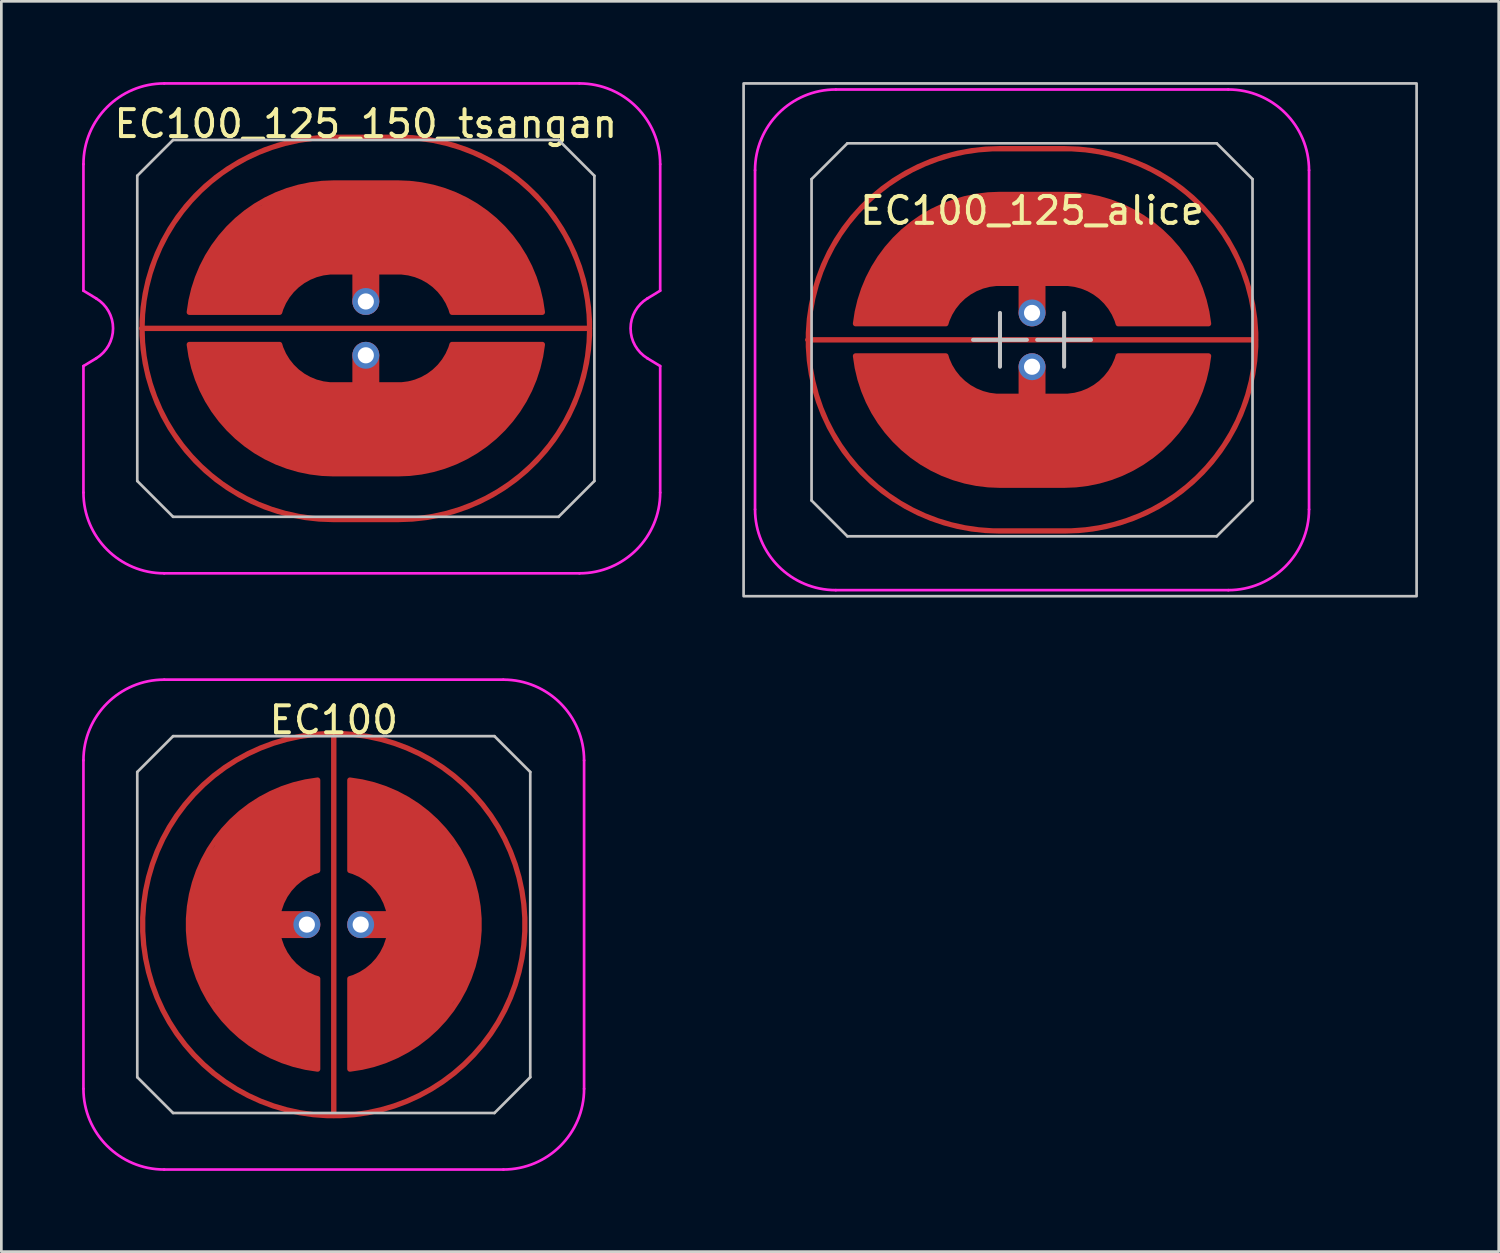
<source format=kicad_pcb>
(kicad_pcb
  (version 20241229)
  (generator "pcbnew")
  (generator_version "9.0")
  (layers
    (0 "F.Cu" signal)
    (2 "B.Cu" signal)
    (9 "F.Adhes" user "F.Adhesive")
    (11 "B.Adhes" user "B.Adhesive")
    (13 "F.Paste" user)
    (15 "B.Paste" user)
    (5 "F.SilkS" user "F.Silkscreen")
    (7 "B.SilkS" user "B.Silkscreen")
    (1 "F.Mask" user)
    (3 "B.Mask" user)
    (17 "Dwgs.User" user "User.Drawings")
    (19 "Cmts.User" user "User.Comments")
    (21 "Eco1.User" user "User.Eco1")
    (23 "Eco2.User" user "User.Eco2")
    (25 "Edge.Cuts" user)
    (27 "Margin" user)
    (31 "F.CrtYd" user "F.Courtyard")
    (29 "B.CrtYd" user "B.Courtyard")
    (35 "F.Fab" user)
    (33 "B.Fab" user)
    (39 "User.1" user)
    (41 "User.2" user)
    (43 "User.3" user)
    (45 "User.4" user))
  (footprint "EC100_125_150_tsangan"
    (layer "F.Cu")
    (at 10.541 9.15)
    (property "Reference" "EC100_125_150_tsangan" (at 0 -7.6 0) (layer "F.SilkS") (effects (font (size 1 1) (thickness 0.15))))
    (attr through_hole)
    (fp_line (start -8.491 -5.67) (end -7.161 -7) (stroke (width 0.1) (type solid)) (layer "Dwgs.User"))
    (fp_line (start -8.491 5.67) (end -8.491 -5.67) (stroke (width 0.1) (type solid)) (layer "Dwgs.User"))
    (fp_line (start -8.491 5.67) (end -7.161 7) (stroke (width 0.1) (type solid)) (layer "Dwgs.User"))
    (fp_line (start -7.161 -7) (end 7.161 -7) (stroke (width 0.1) (type solid)) (layer "Dwgs.User"))
    (fp_line (start 7.161 -7) (end 8.491 -5.67) (stroke (width 0.1) (type solid)) (layer "Dwgs.User"))
    (fp_line (start 7.161 7) (end -7.161 7) (stroke (width 0.1) (type solid)) (layer "Dwgs.User"))
    (fp_line (start 8.491 -5.67) (end 8.491 5.67) (stroke (width 0.1) (type solid)) (layer "Dwgs.User"))
    (fp_line (start 8.491 5.67) (end 7.161 7) (stroke (width 0.1) (type solid)) (layer "Dwgs.User"))
    (fp_line (start -10.491 -1.4) (end -10.491 -6.1) (stroke (width 0.1) (type solid)) (layer "F.CrtYd"))
    (fp_line (start -10.491 6.1) (end -10.491 1.4) (stroke (width 0.1) (type solid)) (layer "F.CrtYd"))
    (fp_line (start -10.015 -1.111) (end -10.491 -1.4) (stroke (width 0.1) (type solid)) (layer "F.CrtYd"))
    (fp_line (start -10.015 1.111) (end -10.491 1.4) (stroke (width 0.1) (type solid)) (layer "F.CrtYd"))
    (fp_line (start -7.491 -9.1) (end 7.936 -9.1) (stroke (width 0.1) (type solid)) (layer "F.CrtYd"))
    (fp_line (start 7.936 9.1) (end -7.491 9.1) (stroke (width 0.1) (type solid)) (layer "F.CrtYd"))
    (fp_line (start 10.46 -1.111) (end 10.936 -1.4) (stroke (width 0.1) (type solid)) (layer "F.CrtYd"))
    (fp_line (start 10.46 1.111) (end 10.936 1.4) (stroke (width 0.1) (type solid)) (layer "F.CrtYd"))
    (fp_line (start 10.936 -6.1) (end 10.936 -1.4) (stroke (width 0.1) (type solid)) (layer "F.CrtYd"))
    (fp_line (start 10.936 1.4) (end 10.936 6.1) (stroke (width 0.1) (type solid)) (layer "F.CrtYd"))
    (fp_arc (start -10.490625 -6.1) (mid -9.611945 -8.22132) (end -7.490625 -9.1) (stroke (width 0.1) (type solid)) (layer "F.CrtYd"))
    (fp_arc (start -10.014958 -1.110619) (mid -9.390625 0) (end -10.014958 1.110619) (stroke (width 0.1) (type solid)) (layer "F.CrtYd"))
    (fp_arc (start -7.490625 9.1) (mid -9.611945 8.22132) (end -10.490625 6.1) (stroke (width 0.1) (type solid)) (layer "F.CrtYd"))
    (fp_arc (start 7.935862 -9.1) (mid 10.057182 -8.22132) (end 10.935862 -6.1) (stroke (width 0.1) (type solid)) (layer "F.CrtYd"))
    (fp_arc (start 10.460195 1.110619) (mid 9.835862 0) (end 10.460195 -1.110619) (stroke (width 0.1) (type solid)) (layer "F.CrtYd"))
    (fp_arc (start 10.935862 6.1) (mid 10.057182 8.22132) (end 7.935862 9.1) (stroke (width 0.1) (type solid)) (layer "F.CrtYd"))
    (pad "" smd circle (at 0 -1) (size 0.55 0.55) (layers "F.Mask"))
    (pad "" smd circle (at 0 1) (size 0.55 0.55) (layers "F.Mask"))
    (pad "1" smd custom (at -8.334 -0.000001 90) (size 0.2 0.2) (layers "F.Cu") (options (anchor circle)) (primitives (gr_arc (start -7.1 7.121876) (mid 0 0.021876) (end 7.1 7.121876) (width 0.2)) (gr_line (start 7.1 7.122) (end 7.1 9.547) (width 0.2)) (gr_line (start -7.1 7.122) (end -7.1 9.547) (width 0.2)) (gr_arc (start 7.1 9.546876) (mid 0 16.646876) (end -7.1 9.546876) (width 0.2)) (gr_line (start -0.000001 16.647) (end 0 0.022) (width 0.2))))
    (pad "2" thru_hole circle (at 0 1) (size 1 1) (drill 0.6) (layers "*.Cu" "B.Mask"))
    (pad "2" smd custom (at 0 3.763) (size 1.524 1.524) (layers "F.Cu") (options (anchor circle)) (primitives (gr_rect (start -1.191 -1.663) (end 1.191 1.637) (width 0.2) (fill yes)) (gr_poly (pts (xy 1.191 1.637) (xy 2.191 1.538) (xy 3.191 1.238) (xy 4.791 0.237) (xy 5.691 -0.762) (xy 6.191 -1.762) (xy 6.491 -2.763) (xy 6.557 -3.163) (xy 3.203 -3.163) (xy 2.991 -2.763) (xy 2.191 -1.863) (xy 1.191 -1.663)) (width 0) (fill yes)) (gr_poly (pts (xy -1.191 1.637) (xy -2.191 1.538) (xy -3.191 1.238) (xy -4.791 0.237) (xy -5.691 -0.762) (xy -6.191 -1.762) (xy -6.491 -2.763) (xy -6.557 -3.163) (xy -3.203 -3.163) (xy -2.991 -2.763) (xy -2.191 -1.863) (xy -1.191 -1.663)) (width 0) (fill yes)) (gr_arc (start 6.556754 -3.158638) (mid 4.789176 0.263717) (end 1.190625 1.637499) (width 0.2)) (gr_arc (start 3.202067 -3.159097) (mid 2.444189 -2.077696) (end 1.190625 -1.662501) (width 0.2)) (gr_arc (start -1.190625 1.637499) (mid -4.789176 0.263717) (end -6.556754 -3.158638) (width 0.2)) (gr_arc (start -1.190625 -1.662501) (mid -2.44419 -2.077694) (end -3.202067 -3.159097) (width 0.2)) (gr_line (start 3.203 -3.163) (end 6.557 -3.163) (width 0.2)) (gr_line (start 0 -2.763) (end 0 -0.263) (width 1)) (gr_line (start -3.203 -3.163) (end -6.557 -3.163) (width 0.2))))
    (pad "3" smd custom (at 0 -3.763) (size 1.524 1.524) (layers "F.Cu") (options (anchor circle)) (primitives (gr_rect (start -1.191 -1.637) (end 1.191 1.663) (width 0.2) (fill yes)) (gr_poly (pts (xy 1.191 -1.637) (xy 2.191 -1.538) (xy 3.191 -1.238) (xy 4.791 -0.237) (xy 5.691 0.762) (xy 6.191 1.762) (xy 6.491 2.763) (xy 6.557 3.163) (xy 3.203 3.163) (xy 2.991 2.763) (xy 2.191 1.863) (xy 1.191 1.663)) (width 0) (fill yes)) (gr_poly (pts (xy -1.191 -1.637) (xy -2.191 -1.538) (xy -3.191 -1.238) (xy -4.791 -0.237) (xy -5.691 0.762) (xy -6.191 1.762) (xy -6.491 2.763) (xy -6.557 3.163) (xy -3.203 3.163) (xy -2.991 2.763) (xy -2.191 1.863) (xy -1.191 1.663)) (width 0) (fill yes)) (gr_arc (start 1.190625 1.662501) (mid 2.44419 2.077693) (end 3.202065 3.159098) (width 0.2)) (gr_arc (start 1.190625 -1.637499) (mid 4.789176 -0.263717) (end 6.556754 3.158638) (width 0.2)) (gr_arc (start -3.202067 3.159097) (mid -2.44419 2.077694) (end -1.190625 1.662501) (width 0.2)) (gr_arc (start -6.556754 3.158638) (mid -4.789176 -0.263717) (end -1.190625 -1.637499) (width 0.2)) (gr_line (start 3.203 3.163) (end 6.557 3.163) (width 0.2)) (gr_line (start 0 2.763) (end 0 0.263) (width 1)) (gr_line (start -3.203 3.163) (end -6.557 3.163) (width 0.2))))
    (pad "3" thru_hole circle (at 0 -1) (size 1 1) (drill 0.6) (layers "*.Cu" "B.Mask")))
  (footprint "EC100"
    (layer "F.Cu")
    (at 9.35 31.3)
    (property "Reference" "EC100" (at 0 -7.6 0) (layer "F.SilkS") (effects (font (size 1 1) (thickness 0.15))))
    (attr through_hole)
    (fp_line (start -7.3 -5.67) (end -5.97 -7) (stroke (width 0.1) (type solid)) (layer "Dwgs.User"))
    (fp_line (start -7.3 5.67) (end -7.3 -5.67) (stroke (width 0.1) (type solid)) (layer "Dwgs.User"))
    (fp_line (start -7.3 5.67) (end -5.97 7) (stroke (width 0.1) (type solid)) (layer "Dwgs.User"))
    (fp_line (start -5.97 -7) (end 5.97 -7) (stroke (width 0.1) (type solid)) (layer "Dwgs.User"))
    (fp_line (start 5.97 -7) (end 7.3 -5.67) (stroke (width 0.1) (type solid)) (layer "Dwgs.User"))
    (fp_line (start 5.97 7) (end -5.97 7) (stroke (width 0.1) (type solid)) (layer "Dwgs.User"))
    (fp_line (start 7.3 -5.67) (end 7.3 5.67) (stroke (width 0.1) (type solid)) (layer "Dwgs.User"))
    (fp_line (start 7.3 5.67) (end 5.97 7) (stroke (width 0.1) (type solid)) (layer "Dwgs.User"))
    (fp_line (start -9.3 6.1) (end -9.3 -6.1) (stroke (width 0.1) (type solid)) (layer "F.CrtYd"))
    (fp_line (start -6.3 -9.1) (end 6.3 -9.1) (stroke (width 0.1) (type solid)) (layer "F.CrtYd"))
    (fp_line (start -6.3 9.1) (end 6.3 9.1) (stroke (width 0.1) (type solid)) (layer "F.CrtYd"))
    (fp_line (start 9.3 -6.1) (end 9.3 6.1) (stroke (width 0.1) (type solid)) (layer "F.CrtYd"))
    (fp_arc (start -9.3 -6.1) (mid -8.42132 -8.22132) (end -6.3 -9.1) (stroke (width 0.1) (type solid)) (layer "F.CrtYd"))
    (fp_arc (start -6.3 9.1) (mid -8.42132 8.22132) (end -9.3 6.1) (stroke (width 0.1) (type solid)) (layer "F.CrtYd"))
    (fp_arc (start 6.3 -9.1) (mid 8.42132 -8.22132) (end 9.3 -6.1) (stroke (width 0.1) (type solid)) (layer "F.CrtYd"))
    (fp_arc (start 9.3 6.1) (mid 8.42132 8.22132) (end 6.3 9.1) (stroke (width 0.1) (type solid)) (layer "F.CrtYd"))
    (pad "" smd circle (at -1 0) (size 0.55 0.55) (layers "F.Mask"))
    (pad "" smd circle (at 1 0) (size 0.55 0.55) (layers "F.Mask"))
    (pad "1" smd custom (at 0 0 90) (size 0.2 0.2) (layers "F.Cu") (options (anchor circle)) (primitives (gr_line (start 7.1 0) (end -7.1 0) (width 0.2)) (gr_circle (center 0 0) (end 7.1 0) (width 0.2) (fill no))))
    (pad "2" smd custom (at -4.1 0) (size 0.2 0.2) (layers "F.Cu") (options (anchor circle)) (primitives (gr_poly (pts (xy 3.1 5.3) (xy 2.1 5) (xy 1.1 4.5) (xy 0.1 3.6) (xy -0.9 2) (xy -1.2 1) (xy -1.3 0) (xy -1.2 -1) (xy -0.9 -2) (xy 0.1 -3.6) (xy 1.1 -4.5) (xy 2.1 -5) (xy 3.1 -5.3) (xy 3.5 -5.367) (xy 3.5 -2.012) (xy 3.1 -1.8) (xy 2.2 -1) (xy 2 0) (xy 2.2 1) (xy 3.1 1.8) (xy 3.5 2.012) (xy 3.5 5.367)) (width 0) (fill yes)) (gr_line (start 3.1 0) (end 0.6 0) (width 1)) (gr_line (start 3.5 2.012) (end 3.5 5.367) (width 0.2)) (gr_line (start 3.5 -2.012) (end 3.5 -5.367) (width 0.2)) (gr_arc (start 3.5 5.366562) (mid -1.299999 0.001944) (end 3.496136 -5.366129) (width 0.2)) (gr_arc (start 3.5 2.01246) (mid 2.000002 0.001775) (end 3.496598 -2.011443) (width 0.2))))
    (pad "2" thru_hole circle (at -1 0) (size 1 1) (drill 0.6) (layers "*.Cu" "B.Mask"))
    (pad "3" thru_hole circle (at 1 0) (size 1 1) (drill 0.6) (layers "*.Cu" "B.Mask"))
    (pad "3" smd custom (at 4.1 0) (size 0.2 0.2) (layers "F.Cu") (options (anchor circle)) (primitives (gr_poly (pts (xy -3.1 -5.3) (xy -2.1 -5) (xy -1.1 -4.5) (xy -0.1 -3.6) (xy 0.9 -2) (xy 1.2 -1) (xy 1.3 0) (xy 1.2 1) (xy 0.9 2) (xy -0.1 3.6) (xy -1.1 4.5) (xy -2.1 5) (xy -3.5 5.367) (xy -3.5 2.012) (xy -3.1 1.8) (xy -2.2 1) (xy -2 0) (xy -2.2 -1) (xy -3.1 -1.8) (xy -3.5 -2.012) (xy -3.5 -5.367)) (width 0) (fill yes)) (gr_line (start -3.5 -2.012) (end -3.5 -5.367) (width 0.2)) (gr_arc (start -3.5 -2.01246) (mid -2.000002 -0.001775) (end -3.496598 2.011443) (width 0.2)) (gr_arc (start -3.5 -5.366562) (mid 1.299999 -0.001944) (end -3.496136 5.366129) (width 0.2)) (gr_line (start -3.5 2.012) (end -3.5 5.367) (width 0.2)) (gr_line (start -0.6 0) (end -3.1 0) (width 1))))
    (zone (net_name "") (layer "F.Cu") (hatch edge 0.508) (connect_pads) (min_thickness 0.254) (filled_areas_thickness no) (keepout (tracks allowed) (vias allowed) (pads allowed) (copperpour not_allowed) (footprints allowed)) (placement (enabled no)) (fill) (polygon (pts (xy 10.35 24.3) (xy 11.35 24.5) (xy 12.35 24.9) (xy 13.35 25.4) (xy 14.35 26.3) (xy 15.25 27.3) (xy 15.75 28.3) (xy 16.15 29.3) (xy 16.35 30.3) (xy 16.45 31.3) (xy 16.35 32.3) (xy 16.15 33.3) (xy 15.75 34.3) (xy 15.35 35.1) (xy 14.35 36.4) (xy 13.35 37.2) (xy 12.35 37.8) (xy 11.35 38.1) (xy 10.35 38.3) (xy 9.35 38.4) (xy 8.35 38.3) (xy 7.35 38.1) (xy 6.35 37.7) (xy 5.35 37.2) (xy 4.35 36.3) (xy 3.45 35.3) (xy 2.95 34.3) (xy 2.55 33.3) (xy 2.35 32.3) (xy 2.25 31.3) (xy 2.35 30.3) (xy 2.55 29.4) (xy 2.95 28.3) (xy 3.45 27.3) (xy 4.25 26.3) (xy 5.35 25.4) (xy 6.35 24.9) (xy 7.35 24.5) (xy 8.35 24.3) (xy 9.35 24.2)))))
  (footprint "EC100_125_alice"
    (layer "F.Cu")
    (at 35.292 9.575)
    (property "Reference" "EC100_125_alice" (at 0 -4.8 0) (layer "F.SilkS") (effects (font (size 1 1) (thickness 0.15))))
    (attr through_hole exclude_from_pos_files exclude_from_bom)
    (fp_line (start -8.191 -5.97) (end -6.861 -7.3) (stroke (width 0.1) (type solid)) (layer "Dwgs.User"))
    (fp_line (start -8.191 5.97) (end -8.191 -5.97) (stroke (width 0.1) (type solid)) (layer "Dwgs.User"))
    (fp_line (start -6.861 -7.3) (end 6.861 -7.3) (stroke (width 0.1) (type solid)) (layer "Dwgs.User"))
    (fp_line (start -6.861 7.3) (end -8.191 5.97) (stroke (width 0.1) (type solid)) (layer "Dwgs.User"))
    (fp_line (start -2.191 0) (end -0.191 0) (stroke (width 0.15) (type default)) (layer "Dwgs.User"))
    (fp_line (start -1.191 1) (end -1.191 -1) (stroke (width 0.15) (type default)) (layer "Dwgs.User"))
    (fp_line (start 0.191 0) (end 2.191 0) (stroke (width 0.15) (type default)) (layer "Dwgs.User"))
    (fp_line (start 1.191 1) (end 1.191 -1) (stroke (width 0.15) (type default)) (layer "Dwgs.User"))
    (fp_line (start 6.861 -7.3) (end 8.191 -5.97) (stroke (width 0.1) (type solid)) (layer "Dwgs.User"))
    (fp_line (start 6.861 7.3) (end -6.861 7.3) (stroke (width 0.1) (type solid)) (layer "Dwgs.User"))
    (fp_line (start 6.861 7.3) (end 8.191 5.97) (stroke (width 0.1) (type solid)) (layer "Dwgs.User"))
    (fp_line (start 8.191 -5.97) (end 8.191 5.97) (stroke (width 0.1) (type solid)) (layer "Dwgs.User"))
    (fp_rect (start -10.716 -9.525) (end 14.287 9.525) (stroke (width 0.1) (type solid)) (fill no) (layer "Dwgs.User"))
    (fp_line (start -10.291 6.3) (end -10.291 -6.3) (stroke (width 0.1) (type solid)) (layer "F.CrtYd"))
    (fp_line (start -7.291 -9.3) (end 7.291 -9.3) (stroke (width 0.1) (type solid)) (layer "F.CrtYd"))
    (fp_line (start 7.291 9.3) (end -7.291 9.3) (stroke (width 0.1) (type solid)) (layer "F.CrtYd"))
    (fp_line (start 10.291 6.3) (end 10.291 -6.3) (stroke (width 0.1) (type solid)) (layer "F.CrtYd"))
    (fp_arc (start -10.290625 -6.3) (mid -9.411945 -8.42132) (end -7.290625 -9.3) (stroke (width 0.1) (type solid)) (layer "F.CrtYd"))
    (fp_arc (start -7.290625 9.3) (mid -9.411945 8.42132) (end -10.290625 6.3) (stroke (width 0.1) (type solid)) (layer "F.CrtYd"))
    (fp_arc (start 7.290625 -9.3) (mid 9.411945 -8.42132) (end 10.290625 -6.3) (stroke (width 0.1) (type solid)) (layer "F.CrtYd"))
    (fp_arc (start 10.290625 6.3) (mid 9.411945 8.42132) (end 7.290625 9.3) (stroke (width 0.1) (type solid)) (layer "F.CrtYd"))
    (pad "1" smd custom (at -8.334 -0.000001 90) (size 0.2 0.2) (layers "F.Cu") (options (anchor circle)) (primitives (gr_arc (start -7.1 7.121876) (mid 0 0.021876) (end 7.1 7.121876) (width 0.2)) (gr_line (start 7.1 7.122) (end 7.1 9.547) (width 0.2)) (gr_line (start -7.1 7.122) (end -7.1 9.547) (width 0.2)) (gr_arc (start 7.1 9.546876) (mid 0 16.646876) (end -7.1 9.546876) (width 0.2)) (gr_line (start -0.000001 16.647) (end 0 0.022) (width 0.2))))
    (pad "2" thru_hole circle (at 0 1) (size 1 1) (drill 0.6) (layers "*.Cu" "B.Mask"))
    (pad "2" smd custom (at 0 3.763) (size 1.524 1.524) (layers "F.Cu") (options (anchor circle)) (primitives (gr_rect (start -1.191 -1.663) (end 1.191 1.637) (width 0.2) (fill yes)) (gr_poly (pts (xy 1.191 1.637) (xy 2.191 1.538) (xy 3.191 1.238) (xy 4.791 0.237) (xy 5.691 -0.762) (xy 6.191 -1.762) (xy 6.491 -2.763) (xy 6.557 -3.163) (xy 3.203 -3.163) (xy 2.991 -2.763) (xy 2.191 -1.863) (xy 1.191 -1.663)) (width 0) (fill yes)) (gr_poly (pts (xy -1.191 1.637) (xy -2.191 1.538) (xy -3.191 1.238) (xy -4.791 0.237) (xy -5.691 -0.762) (xy -6.191 -1.762) (xy -6.491 -2.763) (xy -6.557 -3.163) (xy -3.203 -3.163) (xy -2.991 -2.763) (xy -2.191 -1.863) (xy -1.191 -1.663)) (width 0) (fill yes)) (gr_arc (start 6.556754 -3.158638) (mid 4.789176 0.263717) (end 1.190625 1.637499) (width 0.2)) (gr_arc (start 3.202067 -3.159097) (mid 2.444189 -2.077696) (end 1.190625 -1.662501) (width 0.2)) (gr_arc (start -1.190625 1.637499) (mid -4.789176 0.263717) (end -6.556754 -3.158638) (width 0.2)) (gr_arc (start -1.190625 -1.662501) (mid -2.44419 -2.077694) (end -3.202067 -3.159097) (width 0.2)) (gr_line (start 3.203 -3.163) (end 6.557 -3.163) (width 0.2)) (gr_line (start 0 -2.763) (end 0 -0.263) (width 1)) (gr_line (start -3.203 -3.163) (end -6.557 -3.163) (width 0.2))))
    (pad "3" smd custom (at 0 -3.763) (size 1.524 1.524) (layers "F.Cu") (options (anchor circle)) (primitives (gr_rect (start -1.191 -1.637) (end 1.191 1.663) (width 0.2) (fill yes)) (gr_poly (pts (xy 1.191 -1.637) (xy 2.191 -1.538) (xy 3.191 -1.238) (xy 4.791 -0.237) (xy 5.691 0.762) (xy 6.191 1.762) (xy 6.491 2.763) (xy 6.557 3.163) (xy 3.203 3.163) (xy 2.991 2.763) (xy 2.191 1.863) (xy 1.191 1.663)) (width 0) (fill yes)) (gr_poly (pts (xy -1.191 -1.637) (xy -2.191 -1.538) (xy -3.191 -1.238) (xy -4.791 -0.237) (xy -5.691 0.762) (xy -6.191 1.762) (xy -6.491 2.763) (xy -6.557 3.163) (xy -3.203 3.163) (xy -2.991 2.763) (xy -2.191 1.863) (xy -1.191 1.663)) (width 0) (fill yes)) (gr_arc (start 1.190625 1.662501) (mid 2.44419 2.077693) (end 3.202065 3.159098) (width 0.2)) (gr_arc (start 1.190625 -1.637499) (mid 4.789176 -0.263717) (end 6.556754 3.158638) (width 0.2)) (gr_arc (start -3.202067 3.159097) (mid -2.44419 2.077694) (end -1.190625 1.662501) (width 0.2)) (gr_arc (start -6.556754 3.158638) (mid -4.789176 -0.263717) (end -1.190625 -1.637499) (width 0.2)) (gr_line (start 3.203 3.163) (end 6.557 3.163) (width 0.2)) (gr_line (start 0 2.763) (end 0 0.263) (width 1)) (gr_line (start -3.203 3.163) (end -6.557 3.163) (width 0.2))))
    (pad "3" thru_hole circle (at 0 -1) (size 1 1) (drill 0.6) (layers "*.Cu" "B.Mask"))
    (zone (net_name "") (layers "F.Cu" "B.Cu") (hatch edge 0.508) (connect_pads) (min_thickness 0.254) (filled_areas_thickness no) (keepout (tracks allowed) (vias allowed) (pads allowed) (copperpour not_allowed) (footprints allowed)) (placement (enabled no)) (fill) (polygon (pts (xy 37.526 2.575) (xy 38.526 2.775) (xy 39.526 3.175) (xy 40.526 3.675) (xy 41.526 4.575) (xy 42.426 5.575) (xy 42.926 6.575) (xy 43.326 7.575) (xy 43.526 8.575) (xy 43.626 9.575) (xy 43.526 10.575) (xy 43.326 11.575) (xy 42.926 12.575) (xy 42.526 13.375) (xy 41.526 14.675) (xy 40.526 15.475) (xy 39.526 16.075) (xy 38.526 16.375) (xy 37.526 16.575) (xy 36.526 16.675) (xy 34.058 16.675) (xy 33.058 16.575) (xy 32.058 16.375) (xy 31.058 15.975) (xy 30.058 15.475) (xy 29.058 14.575) (xy 28.158 13.575) (xy 27.658 12.575) (xy 27.258 11.575) (xy 27.058 10.575) (xy 26.958 9.575) (xy 27.058 8.575) (xy 27.258 7.675) (xy 27.658 6.575) (xy 28.158 5.575) (xy 28.958 4.575) (xy 30.058 3.675) (xy 31.058 3.175) (xy 32.058 2.775) (xy 33.058 2.575) (xy 34.058 2.475) (xy 36.526 2.475)))))
  (gr_rect
    (start -3 -3)
    (end 52.63 43.45)
    (stroke (width 0.1) (type default))
    (fill no)
    (layer "Edge.Cuts")))
</source>
